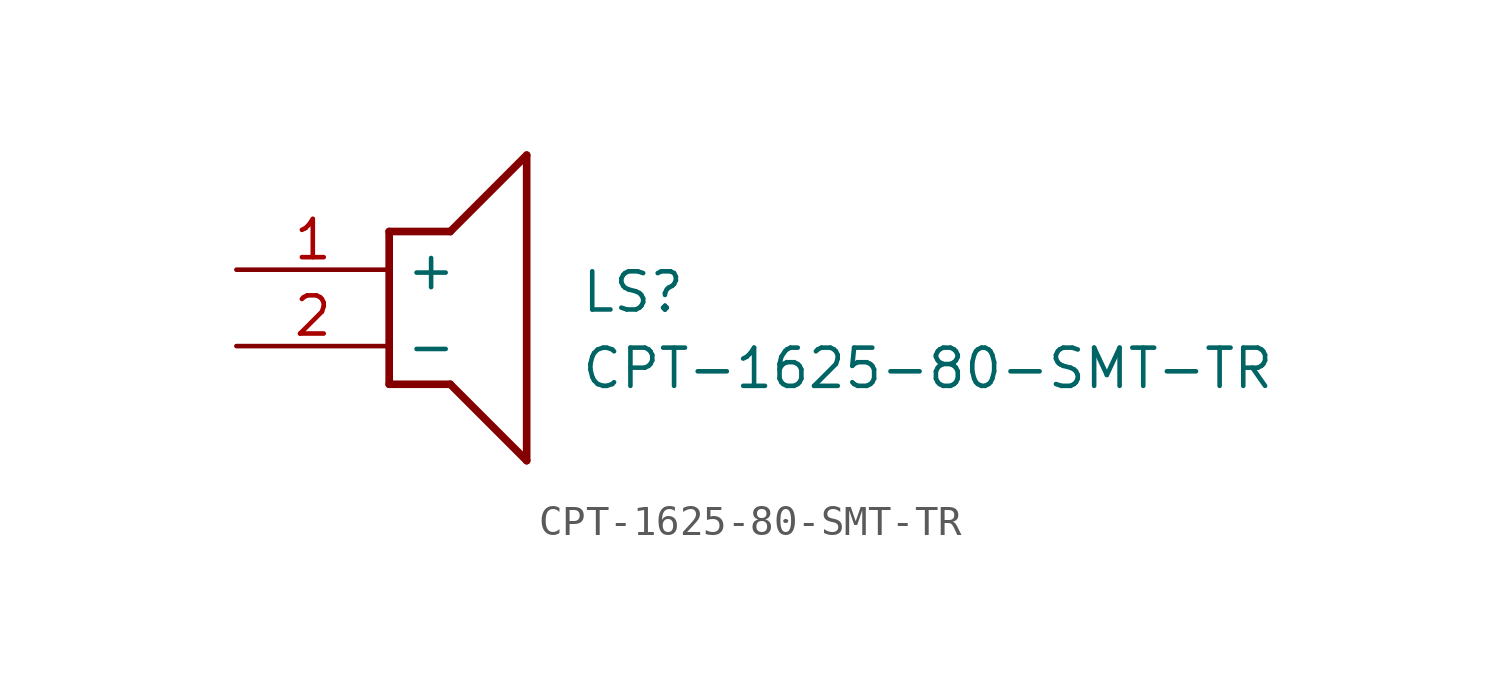
<source format=kicad_sym>
(kicad_symbol_lib
  (version 20211014)
  (generator SamacSys_ECAD_Model)
  (symbol "CPT-1625-80-SMT-TR"
    (property "Reference" "LS"
      (at 11.43 0 0)
      (effects (font (size 1.27 1.27)) (justify left top)))
    (property "Value" "CPT-1625-80-SMT-TR"
      (at 11.43 -2.54 0)
      (effects (font (size 1.27 1.27)) (justify left top)))
    (polyline
      (pts (xy 5.08 1.27) (xy 7.112 1.27))
      (stroke (width 0.254) (type default))
      (fill (type none)))
    (polyline
      (pts (xy 9.652 3.81) (xy 7.112 1.27))
      (stroke (width 0.254) (type default))
      (fill (type none)))
    (polyline
      (pts (xy 9.652 3.81) (xy 9.652 -6.35))
      (stroke (width 0.254) (type default))
      (fill (type none)))
    (polyline
      (pts (xy 7.112 -3.81) (xy 9.652 -6.35))
      (stroke (width 0.254) (type default))
      (fill (type none)))
    (polyline
      (pts (xy 7.112 -3.81) (xy 5.08 -3.81))
      (stroke (width 0.254) (type default))
      (fill (type none)))
    (polyline
      (pts (xy 5.08 1.27) (xy 5.08 -3.81))
      (stroke (width 0.254) (type default))
      (fill (type none)))
    (pin passive line
      (at 0 0 0)
      (length 5.08)
      (name "+" (effects (font (size 1.27 1.27))))
      (number "1" (effects (font (size 1.27 1.27)))))
    (pin passive line
      (at 0 -2.54 0)
      (length 5.08)
      (name "-" (effects (font (size 1.27 1.27))))
      (number "2" (effects (font (size 1.27 1.27)))))))
</source>
